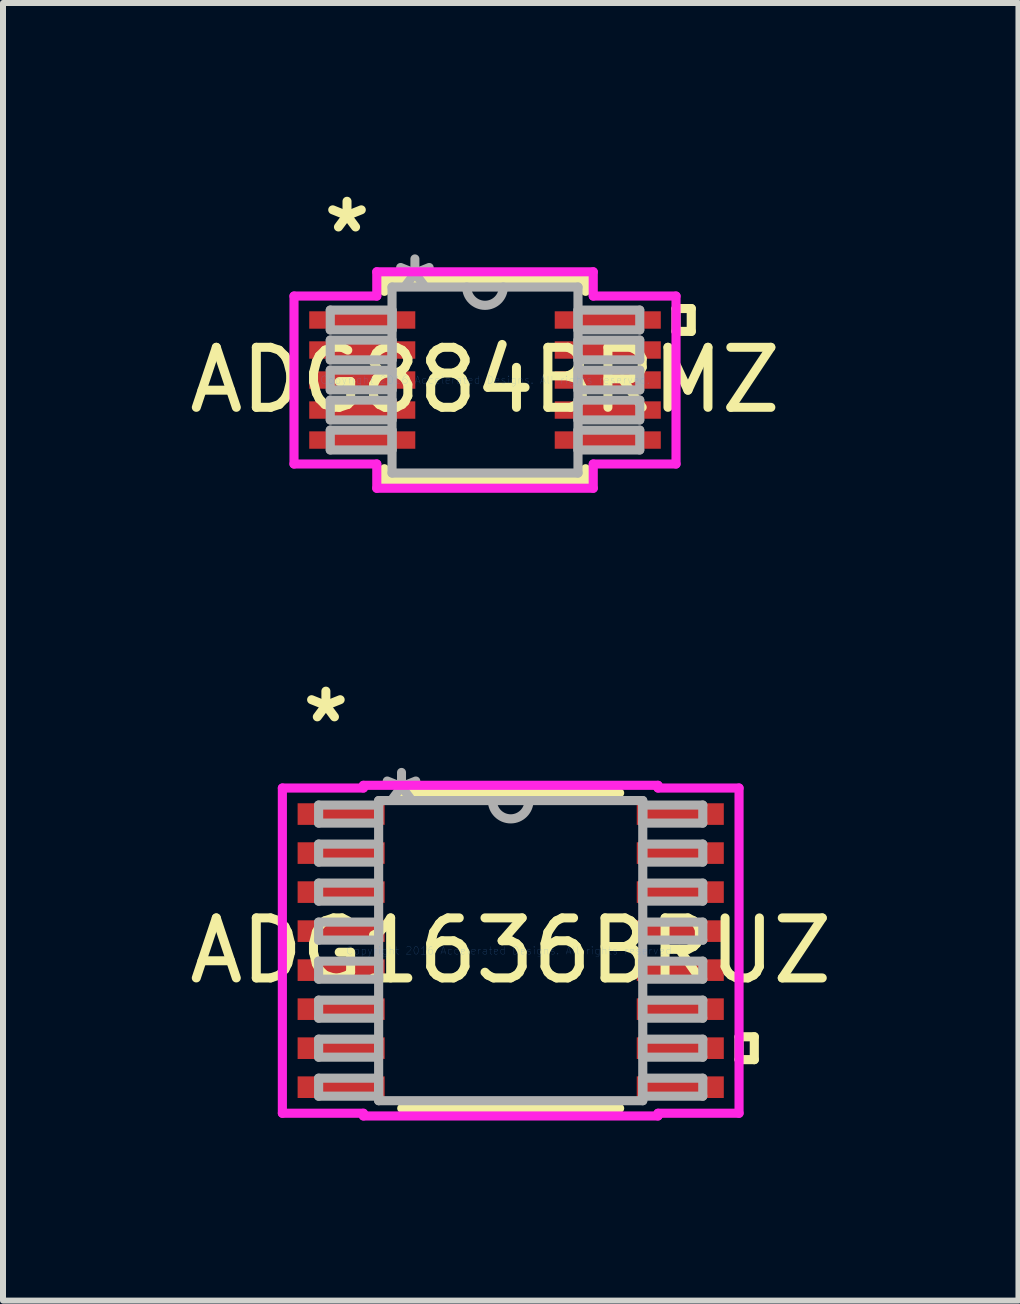
<source format=kicad_pcb>
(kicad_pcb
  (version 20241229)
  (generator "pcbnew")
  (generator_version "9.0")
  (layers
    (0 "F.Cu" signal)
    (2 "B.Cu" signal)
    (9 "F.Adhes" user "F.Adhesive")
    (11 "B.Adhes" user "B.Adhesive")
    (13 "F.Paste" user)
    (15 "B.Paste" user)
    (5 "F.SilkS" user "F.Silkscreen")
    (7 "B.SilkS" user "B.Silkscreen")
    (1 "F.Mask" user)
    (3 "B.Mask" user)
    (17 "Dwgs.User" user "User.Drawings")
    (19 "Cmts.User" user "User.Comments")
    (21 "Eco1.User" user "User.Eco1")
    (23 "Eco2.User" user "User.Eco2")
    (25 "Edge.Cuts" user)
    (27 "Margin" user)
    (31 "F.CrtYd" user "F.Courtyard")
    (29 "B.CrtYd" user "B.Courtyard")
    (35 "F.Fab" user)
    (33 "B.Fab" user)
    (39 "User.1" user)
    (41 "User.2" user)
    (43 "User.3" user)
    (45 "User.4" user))
  (footprint "ADG884BRMZ"
    (layer "F.Cu")
    (at 5.03 3.281)
    (property "Reference" "ADG884BRMZ" (at 0 0 0) (layer "F.SilkS") (effects (font (size 1 1) (thickness 0.15))))
    (attr through_hole)
    (fp_line (start -1.676 -1.676) (end -1.676 -1.478) (stroke (width 0.152) (type solid)) (layer "F.SilkS"))
    (fp_line (start -1.676 1.478) (end -1.676 1.676) (stroke (width 0.152) (type solid)) (layer "F.SilkS"))
    (fp_line (start -1.676 1.676) (end 1.676 1.676) (stroke (width 0.152) (type solid)) (layer "F.SilkS"))
    (fp_line (start 1.676 -1.676) (end -1.676 -1.676) (stroke (width 0.152) (type solid)) (layer "F.SilkS"))
    (fp_line (start 1.676 -1.478) (end 1.676 -1.676) (stroke (width 0.152) (type solid)) (layer "F.SilkS"))
    (fp_line (start 1.676 1.676) (end 1.676 1.478) (stroke (width 0.152) (type solid)) (layer "F.SilkS"))
    (fp_line (start 3.182 -1.191) (end 3.436 -1.191) (stroke (width 0.152) (type solid)) (layer "F.SilkS"))
    (fp_line (start 3.182 -0.81) (end 3.182 -1.191) (stroke (width 0.152) (type solid)) (layer "F.SilkS"))
    (fp_line (start 3.436 -1.191) (end 3.436 -0.81) (stroke (width 0.152) (type solid)) (layer "F.SilkS"))
    (fp_line (start 3.436 -0.81) (end 3.182 -0.81) (stroke (width 0.152) (type solid)) (layer "F.SilkS"))
    (fp_line (start -3.182 -1.399) (end -1.803 -1.399) (stroke (width 0.152) (type solid)) (layer "F.CrtYd"))
    (fp_line (start -3.182 1.399) (end -3.182 -1.399) (stroke (width 0.152) (type solid)) (layer "F.CrtYd"))
    (fp_line (start -1.803 -1.803) (end 1.803 -1.803) (stroke (width 0.152) (type solid)) (layer "F.CrtYd"))
    (fp_line (start -1.803 -1.399) (end -1.803 -1.803) (stroke (width 0.152) (type solid)) (layer "F.CrtYd"))
    (fp_line (start -1.803 1.399) (end -3.182 1.399) (stroke (width 0.152) (type solid)) (layer "F.CrtYd"))
    (fp_line (start -1.803 1.803) (end -1.803 1.399) (stroke (width 0.152) (type solid)) (layer "F.CrtYd"))
    (fp_line (start 1.803 -1.803) (end 1.803 -1.399) (stroke (width 0.152) (type solid)) (layer "F.CrtYd"))
    (fp_line (start 1.803 -1.399) (end 3.182 -1.399) (stroke (width 0.152) (type solid)) (layer "F.CrtYd"))
    (fp_line (start 1.803 1.399) (end 1.803 1.803) (stroke (width 0.152) (type solid)) (layer "F.CrtYd"))
    (fp_line (start 1.803 1.803) (end -1.803 1.803) (stroke (width 0.152) (type solid)) (layer "F.CrtYd"))
    (fp_line (start 3.182 -1.399) (end 3.182 1.399) (stroke (width 0.152) (type solid)) (layer "F.CrtYd"))
    (fp_line (start 3.182 1.399) (end 1.803 1.399) (stroke (width 0.152) (type solid)) (layer "F.CrtYd"))
    (fp_line (start -2.578 -1.165) (end -2.578 -0.835) (stroke (width 0.152) (type solid)) (layer "F.Fab"))
    (fp_line (start -2.578 -0.835) (end -1.549 -0.835) (stroke (width 0.152) (type solid)) (layer "F.Fab"))
    (fp_line (start -2.578 -0.665) (end -2.578 -0.335) (stroke (width 0.152) (type solid)) (layer "F.Fab"))
    (fp_line (start -2.578 -0.335) (end -1.549 -0.335) (stroke (width 0.152) (type solid)) (layer "F.Fab"))
    (fp_line (start -2.578 -0.165) (end -2.578 0.165) (stroke (width 0.152) (type solid)) (layer "F.Fab"))
    (fp_line (start -2.578 0.165) (end -1.549 0.165) (stroke (width 0.152) (type solid)) (layer "F.Fab"))
    (fp_line (start -2.578 0.335) (end -2.578 0.665) (stroke (width 0.152) (type solid)) (layer "F.Fab"))
    (fp_line (start -2.578 0.665) (end -1.549 0.665) (stroke (width 0.152) (type solid)) (layer "F.Fab"))
    (fp_line (start -2.578 0.835) (end -2.578 1.165) (stroke (width 0.152) (type solid)) (layer "F.Fab"))
    (fp_line (start -2.578 1.165) (end -1.549 1.165) (stroke (width 0.152) (type solid)) (layer "F.Fab"))
    (fp_line (start -1.549 -1.549) (end -1.549 1.549) (stroke (width 0.152) (type solid)) (layer "F.Fab"))
    (fp_line (start -1.549 -1.165) (end -2.578 -1.165) (stroke (width 0.152) (type solid)) (layer "F.Fab"))
    (fp_line (start -1.549 -0.835) (end -1.549 -1.165) (stroke (width 0.152) (type solid)) (layer "F.Fab"))
    (fp_line (start -1.549 -0.665) (end -2.578 -0.665) (stroke (width 0.152) (type solid)) (layer "F.Fab"))
    (fp_line (start -1.549 -0.335) (end -1.549 -0.665) (stroke (width 0.152) (type solid)) (layer "F.Fab"))
    (fp_line (start -1.549 -0.165) (end -2.578 -0.165) (stroke (width 0.152) (type solid)) (layer "F.Fab"))
    (fp_line (start -1.549 0.165) (end -1.549 -0.165) (stroke (width 0.152) (type solid)) (layer "F.Fab"))
    (fp_line (start -1.549 0.335) (end -2.578 0.335) (stroke (width 0.152) (type solid)) (layer "F.Fab"))
    (fp_line (start -1.549 0.665) (end -1.549 0.335) (stroke (width 0.152) (type solid)) (layer "F.Fab"))
    (fp_line (start -1.549 0.835) (end -2.578 0.835) (stroke (width 0.152) (type solid)) (layer "F.Fab"))
    (fp_line (start -1.549 1.165) (end -1.549 0.835) (stroke (width 0.152) (type solid)) (layer "F.Fab"))
    (fp_line (start -1.549 1.549) (end 1.549 1.549) (stroke (width 0.152) (type solid)) (layer "F.Fab"))
    (fp_line (start 1.549 -1.549) (end -1.549 -1.549) (stroke (width 0.152) (type solid)) (layer "F.Fab"))
    (fp_line (start 1.549 -1.165) (end 1.549 -0.835) (stroke (width 0.152) (type solid)) (layer "F.Fab"))
    (fp_line (start 1.549 -0.835) (end 2.578 -0.835) (stroke (width 0.152) (type solid)) (layer "F.Fab"))
    (fp_line (start 1.549 -0.665) (end 1.549 -0.335) (stroke (width 0.152) (type solid)) (layer "F.Fab"))
    (fp_line (start 1.549 -0.335) (end 2.578 -0.335) (stroke (width 0.152) (type solid)) (layer "F.Fab"))
    (fp_line (start 1.549 -0.165) (end 1.549 0.165) (stroke (width 0.152) (type solid)) (layer "F.Fab"))
    (fp_line (start 1.549 0.165) (end 2.578 0.165) (stroke (width 0.152) (type solid)) (layer "F.Fab"))
    (fp_line (start 1.549 0.335) (end 1.549 0.665) (stroke (width 0.152) (type solid)) (layer "F.Fab"))
    (fp_line (start 1.549 0.665) (end 2.578 0.665) (stroke (width 0.152) (type solid)) (layer "F.Fab"))
    (fp_line (start 1.549 0.835) (end 1.549 1.165) (stroke (width 0.152) (type solid)) (layer "F.Fab"))
    (fp_line (start 1.549 1.165) (end 2.578 1.165) (stroke (width 0.152) (type solid)) (layer "F.Fab"))
    (fp_line (start 1.549 1.549) (end 1.549 -1.549) (stroke (width 0.152) (type solid)) (layer "F.Fab"))
    (fp_line (start 2.578 -1.165) (end 1.549 -1.165) (stroke (width 0.152) (type solid)) (layer "F.Fab"))
    (fp_line (start 2.578 -0.835) (end 2.578 -1.165) (stroke (width 0.152) (type solid)) (layer "F.Fab"))
    (fp_line (start 2.578 -0.665) (end 1.549 -0.665) (stroke (width 0.152) (type solid)) (layer "F.Fab"))
    (fp_line (start 2.578 -0.335) (end 2.578 -0.665) (stroke (width 0.152) (type solid)) (layer "F.Fab"))
    (fp_line (start 2.578 -0.165) (end 1.549 -0.165) (stroke (width 0.152) (type solid)) (layer "F.Fab"))
    (fp_line (start 2.578 0.165) (end 2.578 -0.165) (stroke (width 0.152) (type solid)) (layer "F.Fab"))
    (fp_line (start 2.578 0.335) (end 1.549 0.335) (stroke (width 0.152) (type solid)) (layer "F.Fab"))
    (fp_line (start 2.578 0.665) (end 2.578 0.335) (stroke (width 0.152) (type solid)) (layer "F.Fab"))
    (fp_line (start 2.578 0.835) (end 1.549 0.835) (stroke (width 0.152) (type solid)) (layer "F.Fab"))
    (fp_line (start 2.578 1.165) (end 2.578 0.835) (stroke (width 0.152) (type solid)) (layer "F.Fab"))
    (fp_arc (start 0.3048 -1.5494) (mid 0 -1.2446) (end -0.3048 -1.5494) (stroke (width 0.1524) (type solid)) (layer "F.Fab"))
    (fp_text user "*" (at -2.299 -2.433 0) (layer "F.SilkS") (effects (font (size 1 1) (thickness 0.15))))
    (fp_text user "Copyright 2016 Accelerated Designs. All rights reserved." (at 0 0 0) (layer "Cmts.User") (effects (font (size 0.127 0.127) (thickness 0.002))))
    (fp_text user "*" (at -1.168 -1.473 0) (layer "F.Fab") (effects (font (size 1 1) (thickness 0.15))))
    (pad "1" smd rect (at -2.045 -1) (size 1.767 0.29) (layers "F.Cu" "F.Mask" "F.Paste"))
    (pad "2" smd rect (at -2.045 -0.5) (size 1.767 0.29) (layers "F.Cu" "F.Mask" "F.Paste"))
    (pad "3" smd rect (at -2.045 0) (size 1.767 0.29) (layers "F.Cu" "F.Mask" "F.Paste"))
    (pad "4" smd rect (at -2.045 0.5) (size 1.767 0.29) (layers "F.Cu" "F.Mask" "F.Paste"))
    (pad "5" smd rect (at -2.045 1) (size 1.767 0.29) (layers "F.Cu" "F.Mask" "F.Paste"))
    (pad "6" smd rect (at 2.045 1) (size 1.767 0.29) (layers "F.Cu" "F.Mask" "F.Paste"))
    (pad "7" smd rect (at 2.045 0.5) (size 1.767 0.29) (layers "F.Cu" "F.Mask" "F.Paste"))
    (pad "8" smd rect (at 2.045 0) (size 1.767 0.29) (layers "F.Cu" "F.Mask" "F.Paste"))
    (pad "9" smd rect (at 2.045 -0.5) (size 1.767 0.29) (layers "F.Cu" "F.Mask" "F.Paste"))
    (pad "10" smd rect (at 2.045 -1) (size 1.767 0.29) (layers "F.Cu" "F.Mask" "F.Paste")))
  (footprint "ADG1636BRUZ"
    (layer "F.Cu")
    (at 5.458 12.787)
    (property "Reference" "ADG1636BRUZ" (at 0 0 0) (layer "F.SilkS") (effects (font (size 1 1) (thickness 0.15))))
    (attr through_hole)
    (fp_line (start -1.815 2.627) (end 1.815 2.627) (stroke (width 0.152) (type solid)) (layer "F.SilkS"))
    (fp_line (start 1.815 -2.627) (end -1.815 -2.627) (stroke (width 0.152) (type solid)) (layer "F.SilkS"))
    (fp_line (start 3.804 1.435) (end 4.058 1.435) (stroke (width 0.152) (type solid)) (layer "F.SilkS"))
    (fp_line (start 3.804 1.816) (end 3.804 1.435) (stroke (width 0.152) (type solid)) (layer "F.SilkS"))
    (fp_line (start 4.058 1.435) (end 4.058 1.816) (stroke (width 0.152) (type solid)) (layer "F.SilkS"))
    (fp_line (start 4.058 1.816) (end 3.804 1.816) (stroke (width 0.152) (type solid)) (layer "F.SilkS"))
    (fp_line (start -3.804 -2.709) (end -2.454 -2.709) (stroke (width 0.152) (type solid)) (layer "F.CrtYd"))
    (fp_line (start -3.804 2.709) (end -3.804 -2.709) (stroke (width 0.152) (type solid)) (layer "F.CrtYd"))
    (fp_line (start -2.454 -2.754) (end 2.454 -2.754) (stroke (width 0.152) (type solid)) (layer "F.CrtYd"))
    (fp_line (start -2.454 -2.709) (end -2.454 -2.754) (stroke (width 0.152) (type solid)) (layer "F.CrtYd"))
    (fp_line (start -2.454 2.709) (end -3.804 2.709) (stroke (width 0.152) (type solid)) (layer "F.CrtYd"))
    (fp_line (start -2.454 2.754) (end -2.454 2.709) (stroke (width 0.152) (type solid)) (layer "F.CrtYd"))
    (fp_line (start 2.454 -2.754) (end 2.454 -2.709) (stroke (width 0.152) (type solid)) (layer "F.CrtYd"))
    (fp_line (start 2.454 -2.709) (end 3.804 -2.709) (stroke (width 0.152) (type solid)) (layer "F.CrtYd"))
    (fp_line (start 2.454 2.709) (end 2.454 2.754) (stroke (width 0.152) (type solid)) (layer "F.CrtYd"))
    (fp_line (start 2.454 2.754) (end -2.454 2.754) (stroke (width 0.152) (type solid)) (layer "F.CrtYd"))
    (fp_line (start 3.804 -2.709) (end 3.804 2.709) (stroke (width 0.152) (type solid)) (layer "F.CrtYd"))
    (fp_line (start 3.804 2.709) (end 2.454 2.709) (stroke (width 0.152) (type solid)) (layer "F.CrtYd"))
    (fp_line (start -3.2 -2.425) (end -3.2 -2.125) (stroke (width 0.152) (type solid)) (layer "F.Fab"))
    (fp_line (start -3.2 -2.125) (end -2.2 -2.125) (stroke (width 0.152) (type solid)) (layer "F.Fab"))
    (fp_line (start -3.2 -1.775) (end -3.2 -1.475) (stroke (width 0.152) (type solid)) (layer "F.Fab"))
    (fp_line (start -3.2 -1.475) (end -2.2 -1.475) (stroke (width 0.152) (type solid)) (layer "F.Fab"))
    (fp_line (start -3.2 -1.125) (end -3.2 -0.825) (stroke (width 0.152) (type solid)) (layer "F.Fab"))
    (fp_line (start -3.2 -0.825) (end -2.2 -0.825) (stroke (width 0.152) (type solid)) (layer "F.Fab"))
    (fp_line (start -3.2 -0.475) (end -3.2 -0.175) (stroke (width 0.152) (type solid)) (layer "F.Fab"))
    (fp_line (start -3.2 -0.175) (end -2.2 -0.175) (stroke (width 0.152) (type solid)) (layer "F.Fab"))
    (fp_line (start -3.2 0.175) (end -3.2 0.475) (stroke (width 0.152) (type solid)) (layer "F.Fab"))
    (fp_line (start -3.2 0.475) (end -2.2 0.475) (stroke (width 0.152) (type solid)) (layer "F.Fab"))
    (fp_line (start -3.2 0.825) (end -3.2 1.125) (stroke (width 0.152) (type solid)) (layer "F.Fab"))
    (fp_line (start -3.2 1.125) (end -2.2 1.125) (stroke (width 0.152) (type solid)) (layer "F.Fab"))
    (fp_line (start -3.2 1.475) (end -3.2 1.775) (stroke (width 0.152) (type solid)) (layer "F.Fab"))
    (fp_line (start -3.2 1.775) (end -2.2 1.775) (stroke (width 0.152) (type solid)) (layer "F.Fab"))
    (fp_line (start -3.2 2.125) (end -3.2 2.425) (stroke (width 0.152) (type solid)) (layer "F.Fab"))
    (fp_line (start -3.2 2.425) (end -2.2 2.425) (stroke (width 0.152) (type solid)) (layer "F.Fab"))
    (fp_line (start -2.2 -2.5) (end -2.2 2.5) (stroke (width 0.152) (type solid)) (layer "F.Fab"))
    (fp_line (start -2.2 -2.425) (end -3.2 -2.425) (stroke (width 0.152) (type solid)) (layer "F.Fab"))
    (fp_line (start -2.2 -2.125) (end -2.2 -2.425) (stroke (width 0.152) (type solid)) (layer "F.Fab"))
    (fp_line (start -2.2 -1.775) (end -3.2 -1.775) (stroke (width 0.152) (type solid)) (layer "F.Fab"))
    (fp_line (start -2.2 -1.475) (end -2.2 -1.775) (stroke (width 0.152) (type solid)) (layer "F.Fab"))
    (fp_line (start -2.2 -1.125) (end -3.2 -1.125) (stroke (width 0.152) (type solid)) (layer "F.Fab"))
    (fp_line (start -2.2 -0.825) (end -2.2 -1.125) (stroke (width 0.152) (type solid)) (layer "F.Fab"))
    (fp_line (start -2.2 -0.475) (end -3.2 -0.475) (stroke (width 0.152) (type solid)) (layer "F.Fab"))
    (fp_line (start -2.2 -0.175) (end -2.2 -0.475) (stroke (width 0.152) (type solid)) (layer "F.Fab"))
    (fp_line (start -2.2 0.175) (end -3.2 0.175) (stroke (width 0.152) (type solid)) (layer "F.Fab"))
    (fp_line (start -2.2 0.475) (end -2.2 0.175) (stroke (width 0.152) (type solid)) (layer "F.Fab"))
    (fp_line (start -2.2 0.825) (end -3.2 0.825) (stroke (width 0.152) (type solid)) (layer "F.Fab"))
    (fp_line (start -2.2 1.125) (end -2.2 0.825) (stroke (width 0.152) (type solid)) (layer "F.Fab"))
    (fp_line (start -2.2 1.475) (end -3.2 1.475) (stroke (width 0.152) (type solid)) (layer "F.Fab"))
    (fp_line (start -2.2 1.775) (end -2.2 1.475) (stroke (width 0.152) (type solid)) (layer "F.Fab"))
    (fp_line (start -2.2 2.125) (end -3.2 2.125) (stroke (width 0.152) (type solid)) (layer "F.Fab"))
    (fp_line (start -2.2 2.425) (end -2.2 2.125) (stroke (width 0.152) (type solid)) (layer "F.Fab"))
    (fp_line (start -2.2 2.5) (end 2.2 2.5) (stroke (width 0.152) (type solid)) (layer "F.Fab"))
    (fp_line (start 2.2 -2.5) (end -2.2 -2.5) (stroke (width 0.152) (type solid)) (layer "F.Fab"))
    (fp_line (start 2.2 -2.425) (end 2.2 -2.125) (stroke (width 0.152) (type solid)) (layer "F.Fab"))
    (fp_line (start 2.2 -2.125) (end 3.2 -2.125) (stroke (width 0.152) (type solid)) (layer "F.Fab"))
    (fp_line (start 2.2 -1.775) (end 2.2 -1.475) (stroke (width 0.152) (type solid)) (layer "F.Fab"))
    (fp_line (start 2.2 -1.475) (end 3.2 -1.475) (stroke (width 0.152) (type solid)) (layer "F.Fab"))
    (fp_line (start 2.2 -1.125) (end 2.2 -0.825) (stroke (width 0.152) (type solid)) (layer "F.Fab"))
    (fp_line (start 2.2 -0.825) (end 3.2 -0.825) (stroke (width 0.152) (type solid)) (layer "F.Fab"))
    (fp_line (start 2.2 -0.475) (end 2.2 -0.175) (stroke (width 0.152) (type solid)) (layer "F.Fab"))
    (fp_line (start 2.2 -0.175) (end 3.2 -0.175) (stroke (width 0.152) (type solid)) (layer "F.Fab"))
    (fp_line (start 2.2 0.175) (end 2.2 0.475) (stroke (width 0.152) (type solid)) (layer "F.Fab"))
    (fp_line (start 2.2 0.475) (end 3.2 0.475) (stroke (width 0.152) (type solid)) (layer "F.Fab"))
    (fp_line (start 2.2 0.825) (end 2.2 1.125) (stroke (width 0.152) (type solid)) (layer "F.Fab"))
    (fp_line (start 2.2 1.125) (end 3.2 1.125) (stroke (width 0.152) (type solid)) (layer "F.Fab"))
    (fp_line (start 2.2 1.475) (end 2.2 1.775) (stroke (width 0.152) (type solid)) (layer "F.Fab"))
    (fp_line (start 2.2 1.775) (end 3.2 1.775) (stroke (width 0.152) (type solid)) (layer "F.Fab"))
    (fp_line (start 2.2 2.125) (end 2.2 2.425) (stroke (width 0.152) (type solid)) (layer "F.Fab"))
    (fp_line (start 2.2 2.425) (end 3.2 2.425) (stroke (width 0.152) (type solid)) (layer "F.Fab"))
    (fp_line (start 2.2 2.5) (end 2.2 -2.5) (stroke (width 0.152) (type solid)) (layer "F.Fab"))
    (fp_line (start 3.2 -2.425) (end 2.2 -2.425) (stroke (width 0.152) (type solid)) (layer "F.Fab"))
    (fp_line (start 3.2 -2.125) (end 3.2 -2.425) (stroke (width 0.152) (type solid)) (layer "F.Fab"))
    (fp_line (start 3.2 -1.775) (end 2.2 -1.775) (stroke (width 0.152) (type solid)) (layer "F.Fab"))
    (fp_line (start 3.2 -1.475) (end 3.2 -1.775) (stroke (width 0.152) (type solid)) (layer "F.Fab"))
    (fp_line (start 3.2 -1.125) (end 2.2 -1.125) (stroke (width 0.152) (type solid)) (layer "F.Fab"))
    (fp_line (start 3.2 -0.825) (end 3.2 -1.125) (stroke (width 0.152) (type solid)) (layer "F.Fab"))
    (fp_line (start 3.2 -0.475) (end 2.2 -0.475) (stroke (width 0.152) (type solid)) (layer "F.Fab"))
    (fp_line (start 3.2 -0.175) (end 3.2 -0.475) (stroke (width 0.152) (type solid)) (layer "F.Fab"))
    (fp_line (start 3.2 0.175) (end 2.2 0.175) (stroke (width 0.152) (type solid)) (layer "F.Fab"))
    (fp_line (start 3.2 0.475) (end 3.2 0.175) (stroke (width 0.152) (type solid)) (layer "F.Fab"))
    (fp_line (start 3.2 0.825) (end 2.2 0.825) (stroke (width 0.152) (type solid)) (layer "F.Fab"))
    (fp_line (start 3.2 1.125) (end 3.2 0.825) (stroke (width 0.152) (type solid)) (layer "F.Fab"))
    (fp_line (start 3.2 1.475) (end 2.2 1.475) (stroke (width 0.152) (type solid)) (layer "F.Fab"))
    (fp_line (start 3.2 1.775) (end 3.2 1.475) (stroke (width 0.152) (type solid)) (layer "F.Fab"))
    (fp_line (start 3.2 2.125) (end 2.2 2.125) (stroke (width 0.152) (type solid)) (layer "F.Fab"))
    (fp_line (start 3.2 2.425) (end 3.2 2.125) (stroke (width 0.152) (type solid)) (layer "F.Fab"))
    (fp_arc (start 0.3048 -2.5) (mid 0 -2.1952) (end -0.3048 -2.5) (stroke (width 0.1524) (type solid)) (layer "F.Fab"))
    (fp_text user "*" (at -3.079 -3.778 0) (layer "F.SilkS") (effects (font (size 1 1) (thickness 0.15))))
    (fp_text user "Copyright 2016 Accelerated Designs. All rights reserved." (at 0 0 0) (layer "Cmts.User") (effects (font (size 0.127 0.127) (thickness 0.002))))
    (fp_text user "*" (at -1.819 -2.424 0) (layer "F.Fab") (effects (font (size 1 1) (thickness 0.15))))
    (pad "1" smd rect (at -2.825 -2.275) (size 1.45 0.36) (layers "F.Cu" "F.Mask" "F.Paste"))
    (pad "2" smd rect (at -2.825 -1.625) (size 1.45 0.36) (layers "F.Cu" "F.Mask" "F.Paste"))
    (pad "3" smd rect (at -2.825 -0.975) (size 1.45 0.36) (layers "F.Cu" "F.Mask" "F.Paste"))
    (pad "4" smd rect (at -2.825 -0.325) (size 1.45 0.36) (layers "F.Cu" "F.Mask" "F.Paste"))
    (pad "5" smd rect (at -2.825 0.325) (size 1.45 0.36) (layers "F.Cu" "F.Mask" "F.Paste"))
    (pad "6" smd rect (at -2.825 0.975) (size 1.45 0.36) (layers "F.Cu" "F.Mask" "F.Paste"))
    (pad "7" smd rect (at -2.825 1.625) (size 1.45 0.36) (layers "F.Cu" "F.Mask" "F.Paste"))
    (pad "8" smd rect (at -2.825 2.275) (size 1.45 0.36) (layers "F.Cu" "F.Mask" "F.Paste"))
    (pad "9" smd rect (at 2.825 2.275) (size 1.45 0.36) (layers "F.Cu" "F.Mask" "F.Paste"))
    (pad "10" smd rect (at 2.825 1.625) (size 1.45 0.36) (layers "F.Cu" "F.Mask" "F.Paste"))
    (pad "11" smd rect (at 2.825 0.975) (size 1.45 0.36) (layers "F.Cu" "F.Mask" "F.Paste"))
    (pad "12" smd rect (at 2.825 0.325) (size 1.45 0.36) (layers "F.Cu" "F.Mask" "F.Paste"))
    (pad "13" smd rect (at 2.825 -0.325) (size 1.45 0.36) (layers "F.Cu" "F.Mask" "F.Paste"))
    (pad "14" smd rect (at 2.825 -0.975) (size 1.45 0.36) (layers "F.Cu" "F.Mask" "F.Paste"))
    (pad "15" smd rect (at 2.825 -1.625) (size 1.45 0.36) (layers "F.Cu" "F.Mask" "F.Paste"))
    (pad "16" smd rect (at 2.825 -2.275) (size 1.45 0.36) (layers "F.Cu" "F.Mask" "F.Paste")))
  (gr_rect
    (start -3 -3)
    (end 13.917 18.617)
    (stroke (width 0.1) (type default))
    (fill no)
    (layer "Edge.Cuts")))
</source>
